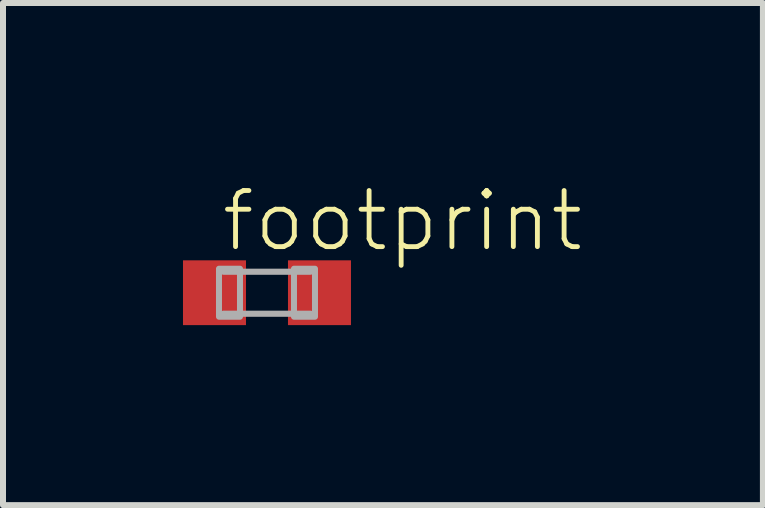
<source format=kicad_pcb>
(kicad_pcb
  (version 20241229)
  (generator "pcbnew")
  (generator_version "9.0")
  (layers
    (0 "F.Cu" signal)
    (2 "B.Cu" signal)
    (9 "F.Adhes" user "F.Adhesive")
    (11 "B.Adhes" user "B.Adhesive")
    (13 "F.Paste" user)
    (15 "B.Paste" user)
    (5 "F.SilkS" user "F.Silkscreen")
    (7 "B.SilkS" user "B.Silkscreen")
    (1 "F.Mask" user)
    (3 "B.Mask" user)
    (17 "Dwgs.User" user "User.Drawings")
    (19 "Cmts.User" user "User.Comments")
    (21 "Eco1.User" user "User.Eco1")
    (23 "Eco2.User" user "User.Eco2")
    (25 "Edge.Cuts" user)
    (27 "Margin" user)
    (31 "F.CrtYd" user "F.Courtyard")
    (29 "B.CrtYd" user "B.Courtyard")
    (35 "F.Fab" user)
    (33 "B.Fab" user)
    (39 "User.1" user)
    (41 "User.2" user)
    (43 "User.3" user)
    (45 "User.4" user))
  (footprint "footprint"
    (layer "F.Cu")
    (at 1.4 1.829)
    (property "Reference" "footprint" (at -0.8 -0.65 0) (layer "F.SilkS") (effects (font (size 0.935 0.935) (thickness 0.081)) (justify left bottom)))
    (fp_line (start -0.725 -0.35) (end 0.725 -0.35) (stroke (width 0.102) (type solid)) (layer "F.Fab"))
    (fp_line (start 0.725 0.35) (end -0.725 0.35) (stroke (width 0.102) (type solid)) (layer "F.Fab"))
    (fp_poly (pts (xy -0.8 0.4) (xy -0.45 0.4) (xy -0.45 -0.4) (xy -0.8 -0.4)) (stroke (width 0.1) (type solid)) (fill no) (layer "F.Fab"))
    (fp_poly (pts (xy 0.45 0.4) (xy 0.8 0.4) (xy 0.8 -0.4) (xy 0.45 -0.4)) (stroke (width 0.1) (type solid)) (fill no) (layer "F.Fab"))
    (pad "1" smd rect (at -0.875 0) (size 1.05 1.08) (layers "F.Cu" "F.Mask" "F.Paste"))
    (pad "2" smd rect (at 0.875 0) (size 1.05 1.08) (layers "F.Cu" "F.Mask" "F.Paste")))
  (gr_rect
    (start -3 -3)
    (end 9.666 5.369)
    (stroke (width 0.1) (type default))
    (fill no)
    (layer "Edge.Cuts")))
</source>
